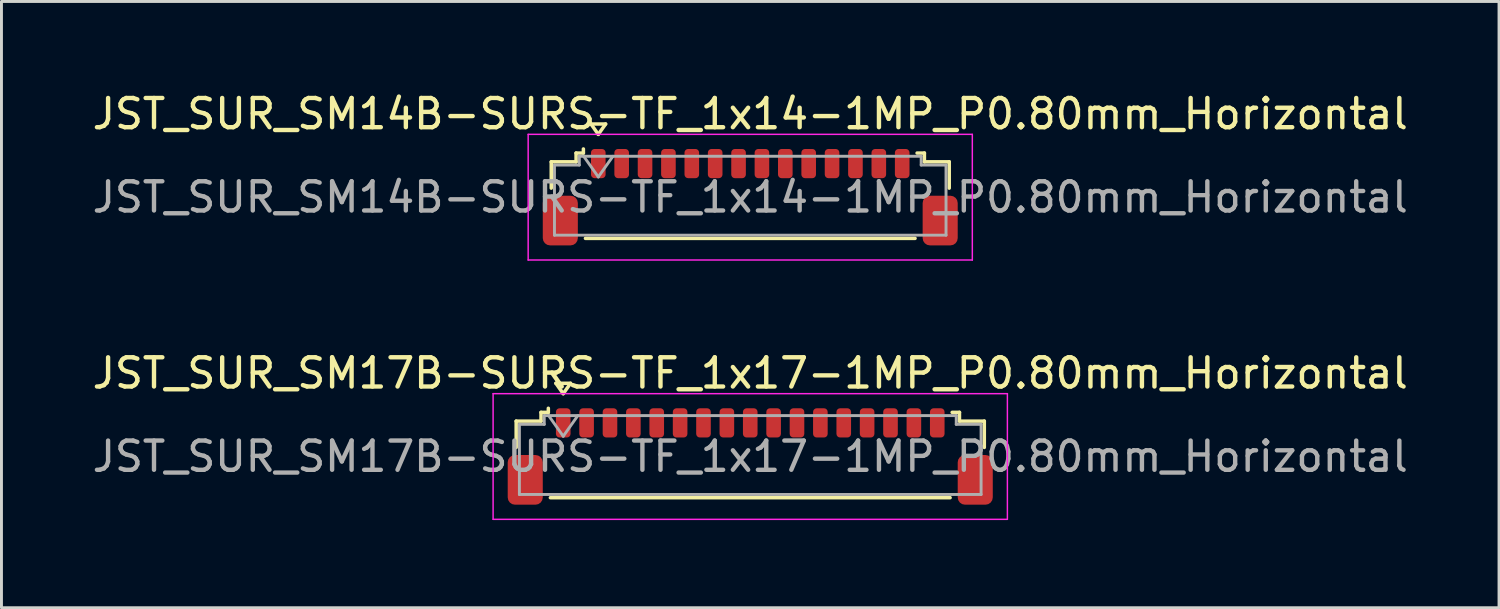
<source format=kicad_pcb>
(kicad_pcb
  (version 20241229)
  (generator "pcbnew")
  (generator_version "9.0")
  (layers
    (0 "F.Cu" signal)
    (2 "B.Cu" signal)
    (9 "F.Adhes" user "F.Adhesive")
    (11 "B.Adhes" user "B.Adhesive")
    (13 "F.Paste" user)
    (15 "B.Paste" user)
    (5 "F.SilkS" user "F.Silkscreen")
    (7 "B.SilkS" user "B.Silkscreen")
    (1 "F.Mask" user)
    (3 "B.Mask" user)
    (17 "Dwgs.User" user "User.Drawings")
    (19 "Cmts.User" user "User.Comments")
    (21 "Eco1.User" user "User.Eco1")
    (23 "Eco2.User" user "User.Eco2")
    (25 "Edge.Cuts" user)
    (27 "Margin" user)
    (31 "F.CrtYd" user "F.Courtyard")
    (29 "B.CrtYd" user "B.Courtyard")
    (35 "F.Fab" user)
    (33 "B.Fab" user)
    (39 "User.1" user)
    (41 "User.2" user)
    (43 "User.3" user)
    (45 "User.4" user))
  (footprint "JST_SUR_SM14B-SURS-TF_1x14-1MP_P0.80mm_Horizontal"
    (layer "F.Cu")
    (at 22.625 3.698)
    (property "Reference" "JST_SUR_SM14B-SURS-TF_1x14-1MP_P0.80mm_Horizontal" (at 0 -2.85 0) (layer "F.SilkS") (effects (font (size 1 1) (thickness 0.15))))
    (attr smd)
    (fp_line (start -6.81 -1.21) (end -5.96 -1.21) (stroke (width 0.12) (type solid)) (layer "F.SilkS"))
    (fp_line (start -6.81 -0.31) (end -6.81 -1.21) (stroke (width 0.12) (type solid)) (layer "F.SilkS"))
    (fp_line (start -5.96 -1.51) (end -5.71 -1.51) (stroke (width 0.12) (type solid)) (layer "F.SilkS"))
    (fp_line (start -5.96 -1.21) (end -5.96 -1.51) (stroke (width 0.12) (type solid)) (layer "F.SilkS"))
    (fp_line (start -5.71 -1.51) (end -5.71 -1.65) (stroke (width 0.12) (type solid)) (layer "F.SilkS"))
    (fp_line (start -5.64 1.41) (end 5.64 1.41) (stroke (width 0.12) (type solid)) (layer "F.SilkS"))
    (fp_line (start -5.45 -2.504) (end -5.2 -2.15) (stroke (width 0.12) (type solid)) (layer "F.SilkS"))
    (fp_line (start -5.2 -2.15) (end -4.95 -2.504) (stroke (width 0.12) (type solid)) (layer "F.SilkS"))
    (fp_line (start -4.95 -2.504) (end -5.45 -2.504) (stroke (width 0.12) (type solid)) (layer "F.SilkS"))
    (fp_line (start 5.96 -1.51) (end 5.71 -1.51) (stroke (width 0.12) (type solid)) (layer "F.SilkS"))
    (fp_line (start 5.96 -1.21) (end 5.96 -1.51) (stroke (width 0.12) (type solid)) (layer "F.SilkS"))
    (fp_line (start 6.81 -1.21) (end 5.96 -1.21) (stroke (width 0.12) (type solid)) (layer "F.SilkS"))
    (fp_line (start 6.81 -0.31) (end 6.81 -1.21) (stroke (width 0.12) (type solid)) (layer "F.SilkS"))
    (fp_line (start -7.6 -2.15) (end -7.6 2.15) (stroke (width 0.05) (type solid)) (layer "F.CrtYd"))
    (fp_line (start -7.6 2.15) (end 7.6 2.15) (stroke (width 0.05) (type solid)) (layer "F.CrtYd"))
    (fp_line (start 7.6 -2.15) (end -7.6 -2.15) (stroke (width 0.05) (type solid)) (layer "F.CrtYd"))
    (fp_line (start 7.6 2.15) (end 7.6 -2.15) (stroke (width 0.05) (type solid)) (layer "F.CrtYd"))
    (fp_line (start -6.7 -1.1) (end -6.7 1.3) (stroke (width 0.1) (type solid)) (layer "F.Fab"))
    (fp_line (start -6.7 -1.1) (end -5.85 -1.1) (stroke (width 0.1) (type solid)) (layer "F.Fab"))
    (fp_line (start -6.7 1.3) (end 6.7 1.3) (stroke (width 0.1) (type solid)) (layer "F.Fab"))
    (fp_line (start -5.85 -1.4) (end 5.85 -1.4) (stroke (width 0.1) (type solid)) (layer "F.Fab"))
    (fp_line (start -5.85 -1.1) (end -5.85 -1.4) (stroke (width 0.1) (type solid)) (layer "F.Fab"))
    (fp_line (start -5.7 -1.4) (end -5.2 -0.693) (stroke (width 0.1) (type solid)) (layer "F.Fab"))
    (fp_line (start -5.2 -0.693) (end -4.7 -1.4) (stroke (width 0.1) (type solid)) (layer "F.Fab"))
    (fp_line (start 5.85 -1.4) (end 5.85 -1.1) (stroke (width 0.1) (type solid)) (layer "F.Fab"))
    (fp_line (start 5.85 -1.1) (end 6.7 -1.1) (stroke (width 0.1) (type solid)) (layer "F.Fab"))
    (fp_line (start 6.7 -1.1) (end 6.7 1.3) (stroke (width 0.1) (type solid)) (layer "F.Fab"))
    (fp_text user "${REFERENCE}" (at 0 0 0) (layer "F.Fab") (effects (font (size 1 1) (thickness 0.15))))
    (pad "1" smd roundrect (at -5.2 -1.15) (size 0.5 1) (layers "F.Cu" "F.Mask" "F.Paste") (roundrect_rratio 0.25))
    (pad "2" smd roundrect (at -4.4 -1.15) (size 0.5 1) (layers "F.Cu" "F.Mask" "F.Paste") (roundrect_rratio 0.25))
    (pad "3" smd roundrect (at -3.6 -1.15) (size 0.5 1) (layers "F.Cu" "F.Mask" "F.Paste") (roundrect_rratio 0.25))
    (pad "4" smd roundrect (at -2.8 -1.15) (size 0.5 1) (layers "F.Cu" "F.Mask" "F.Paste") (roundrect_rratio 0.25))
    (pad "5" smd roundrect (at -2 -1.15) (size 0.5 1) (layers "F.Cu" "F.Mask" "F.Paste") (roundrect_rratio 0.25))
    (pad "6" smd roundrect (at -1.2 -1.15) (size 0.5 1) (layers "F.Cu" "F.Mask" "F.Paste") (roundrect_rratio 0.25))
    (pad "7" smd roundrect (at -0.4 -1.15) (size 0.5 1) (layers "F.Cu" "F.Mask" "F.Paste") (roundrect_rratio 0.25))
    (pad "8" smd roundrect (at 0.4 -1.15) (size 0.5 1) (layers "F.Cu" "F.Mask" "F.Paste") (roundrect_rratio 0.25))
    (pad "9" smd roundrect (at 1.2 -1.15) (size 0.5 1) (layers "F.Cu" "F.Mask" "F.Paste") (roundrect_rratio 0.25))
    (pad "10" smd roundrect (at 2 -1.15) (size 0.5 1) (layers "F.Cu" "F.Mask" "F.Paste") (roundrect_rratio 0.25))
    (pad "11" smd roundrect (at 2.8 -1.15) (size 0.5 1) (layers "F.Cu" "F.Mask" "F.Paste") (roundrect_rratio 0.25))
    (pad "12" smd roundrect (at 3.6 -1.15) (size 0.5 1) (layers "F.Cu" "F.Mask" "F.Paste") (roundrect_rratio 0.25))
    (pad "13" smd roundrect (at 4.4 -1.15) (size 0.5 1) (layers "F.Cu" "F.Mask" "F.Paste") (roundrect_rratio 0.25))
    (pad "14" smd roundrect (at 5.2 -1.15) (size 0.5 1) (layers "F.Cu" "F.Mask" "F.Paste") (roundrect_rratio 0.25))
    (pad "MP" smd roundrect (at -6.5 0.8) (size 1.2 1.7) (layers "F.Cu" "F.Mask" "F.Paste") (roundrect_rratio 0.208))
    (pad "MP" smd roundrect (at 6.5 0.8) (size 1.2 1.7) (layers "F.Cu" "F.Mask" "F.Paste") (roundrect_rratio 0.208)))
  (footprint "JST_SUR_SM17B-SURS-TF_1x17-1MP_P0.80mm_Horizontal"
    (layer "F.Cu")
    (at 22.625 12.572)
    (property "Reference" "JST_SUR_SM17B-SURS-TF_1x17-1MP_P0.80mm_Horizontal" (at 0 -2.85 0) (layer "F.SilkS") (effects (font (size 1 1) (thickness 0.15))))
    (attr smd)
    (fp_line (start -8.01 -1.21) (end -7.16 -1.21) (stroke (width 0.12) (type solid)) (layer "F.SilkS"))
    (fp_line (start -8.01 -0.31) (end -8.01 -1.21) (stroke (width 0.12) (type solid)) (layer "F.SilkS"))
    (fp_line (start -7.16 -1.51) (end -6.91 -1.51) (stroke (width 0.12) (type solid)) (layer "F.SilkS"))
    (fp_line (start -7.16 -1.21) (end -7.16 -1.51) (stroke (width 0.12) (type solid)) (layer "F.SilkS"))
    (fp_line (start -6.91 -1.51) (end -6.91 -1.65) (stroke (width 0.12) (type solid)) (layer "F.SilkS"))
    (fp_line (start -6.84 1.41) (end 6.84 1.41) (stroke (width 0.12) (type solid)) (layer "F.SilkS"))
    (fp_line (start -6.65 -2.504) (end -6.4 -2.15) (stroke (width 0.12) (type solid)) (layer "F.SilkS"))
    (fp_line (start -6.4 -2.15) (end -6.15 -2.504) (stroke (width 0.12) (type solid)) (layer "F.SilkS"))
    (fp_line (start -6.15 -2.504) (end -6.65 -2.504) (stroke (width 0.12) (type solid)) (layer "F.SilkS"))
    (fp_line (start 7.16 -1.51) (end 6.91 -1.51) (stroke (width 0.12) (type solid)) (layer "F.SilkS"))
    (fp_line (start 7.16 -1.21) (end 7.16 -1.51) (stroke (width 0.12) (type solid)) (layer "F.SilkS"))
    (fp_line (start 8.01 -1.21) (end 7.16 -1.21) (stroke (width 0.12) (type solid)) (layer "F.SilkS"))
    (fp_line (start 8.01 -0.31) (end 8.01 -1.21) (stroke (width 0.12) (type solid)) (layer "F.SilkS"))
    (fp_line (start -8.8 -2.15) (end -8.8 2.15) (stroke (width 0.05) (type solid)) (layer "F.CrtYd"))
    (fp_line (start -8.8 2.15) (end 8.8 2.15) (stroke (width 0.05) (type solid)) (layer "F.CrtYd"))
    (fp_line (start 8.8 -2.15) (end -8.8 -2.15) (stroke (width 0.05) (type solid)) (layer "F.CrtYd"))
    (fp_line (start 8.8 2.15) (end 8.8 -2.15) (stroke (width 0.05) (type solid)) (layer "F.CrtYd"))
    (fp_line (start -7.9 -1.1) (end -7.9 1.3) (stroke (width 0.1) (type solid)) (layer "F.Fab"))
    (fp_line (start -7.9 -1.1) (end -7.05 -1.1) (stroke (width 0.1) (type solid)) (layer "F.Fab"))
    (fp_line (start -7.9 1.3) (end 7.9 1.3) (stroke (width 0.1) (type solid)) (layer "F.Fab"))
    (fp_line (start -7.05 -1.4) (end 7.05 -1.4) (stroke (width 0.1) (type solid)) (layer "F.Fab"))
    (fp_line (start -7.05 -1.1) (end -7.05 -1.4) (stroke (width 0.1) (type solid)) (layer "F.Fab"))
    (fp_line (start -6.9 -1.4) (end -6.4 -0.693) (stroke (width 0.1) (type solid)) (layer "F.Fab"))
    (fp_line (start -6.4 -0.693) (end -5.9 -1.4) (stroke (width 0.1) (type solid)) (layer "F.Fab"))
    (fp_line (start 7.05 -1.4) (end 7.05 -1.1) (stroke (width 0.1) (type solid)) (layer "F.Fab"))
    (fp_line (start 7.05 -1.1) (end 7.9 -1.1) (stroke (width 0.1) (type solid)) (layer "F.Fab"))
    (fp_line (start 7.9 -1.1) (end 7.9 1.3) (stroke (width 0.1) (type solid)) (layer "F.Fab"))
    (fp_text user "${REFERENCE}" (at 0 0 0) (layer "F.Fab") (effects (font (size 1 1) (thickness 0.15))))
    (pad "1" smd roundrect (at -6.4 -1.15) (size 0.5 1) (layers "F.Cu" "F.Mask" "F.Paste") (roundrect_rratio 0.25))
    (pad "2" smd roundrect (at -5.6 -1.15) (size 0.5 1) (layers "F.Cu" "F.Mask" "F.Paste") (roundrect_rratio 0.25))
    (pad "3" smd roundrect (at -4.8 -1.15) (size 0.5 1) (layers "F.Cu" "F.Mask" "F.Paste") (roundrect_rratio 0.25))
    (pad "4" smd roundrect (at -4 -1.15) (size 0.5 1) (layers "F.Cu" "F.Mask" "F.Paste") (roundrect_rratio 0.25))
    (pad "5" smd roundrect (at -3.2 -1.15) (size 0.5 1) (layers "F.Cu" "F.Mask" "F.Paste") (roundrect_rratio 0.25))
    (pad "6" smd roundrect (at -2.4 -1.15) (size 0.5 1) (layers "F.Cu" "F.Mask" "F.Paste") (roundrect_rratio 0.25))
    (pad "7" smd roundrect (at -1.6 -1.15) (size 0.5 1) (layers "F.Cu" "F.Mask" "F.Paste") (roundrect_rratio 0.25))
    (pad "8" smd roundrect (at -0.8 -1.15) (size 0.5 1) (layers "F.Cu" "F.Mask" "F.Paste") (roundrect_rratio 0.25))
    (pad "9" smd roundrect (at 0 -1.15) (size 0.5 1) (layers "F.Cu" "F.Mask" "F.Paste") (roundrect_rratio 0.25))
    (pad "10" smd roundrect (at 0.8 -1.15) (size 0.5 1) (layers "F.Cu" "F.Mask" "F.Paste") (roundrect_rratio 0.25))
    (pad "11" smd roundrect (at 1.6 -1.15) (size 0.5 1) (layers "F.Cu" "F.Mask" "F.Paste") (roundrect_rratio 0.25))
    (pad "12" smd roundrect (at 2.4 -1.15) (size 0.5 1) (layers "F.Cu" "F.Mask" "F.Paste") (roundrect_rratio 0.25))
    (pad "13" smd roundrect (at 3.2 -1.15) (size 0.5 1) (layers "F.Cu" "F.Mask" "F.Paste") (roundrect_rratio 0.25))
    (pad "14" smd roundrect (at 4 -1.15) (size 0.5 1) (layers "F.Cu" "F.Mask" "F.Paste") (roundrect_rratio 0.25))
    (pad "15" smd roundrect (at 4.8 -1.15) (size 0.5 1) (layers "F.Cu" "F.Mask" "F.Paste") (roundrect_rratio 0.25))
    (pad "16" smd roundrect (at 5.6 -1.15) (size 0.5 1) (layers "F.Cu" "F.Mask" "F.Paste") (roundrect_rratio 0.25))
    (pad "17" smd roundrect (at 6.4 -1.15) (size 0.5 1) (layers "F.Cu" "F.Mask" "F.Paste") (roundrect_rratio 0.25))
    (pad "MP" smd roundrect (at -7.7 0.8) (size 1.2 1.7) (layers "F.Cu" "F.Mask" "F.Paste") (roundrect_rratio 0.208))
    (pad "MP" smd roundrect (at 7.7 0.8) (size 1.2 1.7) (layers "F.Cu" "F.Mask" "F.Paste") (roundrect_rratio 0.208)))
  (gr_rect
    (start -3 -3)
    (end 48.25 17.747)
    (stroke (width 0.1) (type default))
    (fill no)
    (layer "Edge.Cuts")))
</source>
